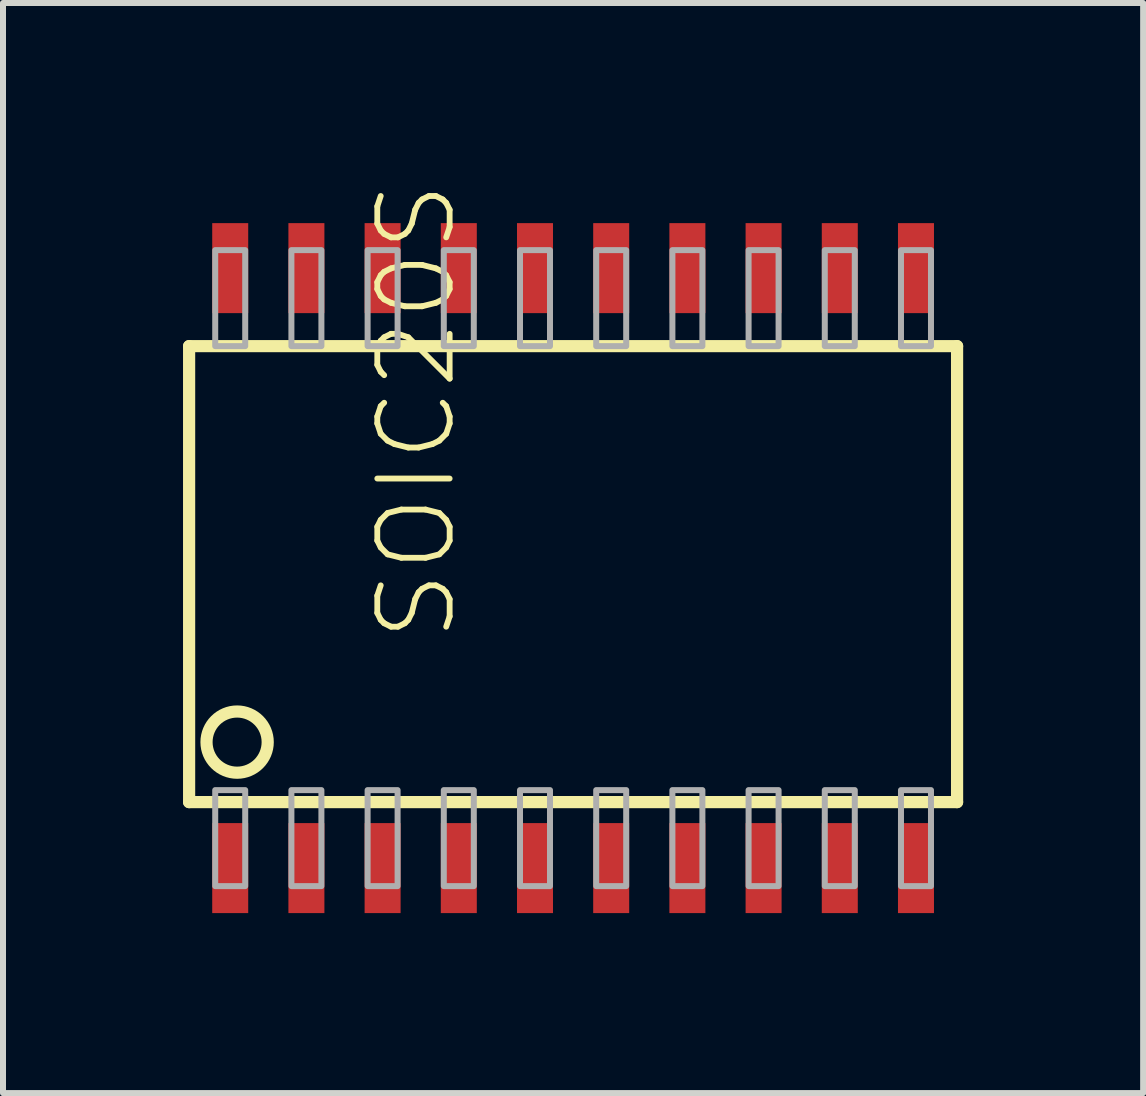
<source format=kicad_pcb>
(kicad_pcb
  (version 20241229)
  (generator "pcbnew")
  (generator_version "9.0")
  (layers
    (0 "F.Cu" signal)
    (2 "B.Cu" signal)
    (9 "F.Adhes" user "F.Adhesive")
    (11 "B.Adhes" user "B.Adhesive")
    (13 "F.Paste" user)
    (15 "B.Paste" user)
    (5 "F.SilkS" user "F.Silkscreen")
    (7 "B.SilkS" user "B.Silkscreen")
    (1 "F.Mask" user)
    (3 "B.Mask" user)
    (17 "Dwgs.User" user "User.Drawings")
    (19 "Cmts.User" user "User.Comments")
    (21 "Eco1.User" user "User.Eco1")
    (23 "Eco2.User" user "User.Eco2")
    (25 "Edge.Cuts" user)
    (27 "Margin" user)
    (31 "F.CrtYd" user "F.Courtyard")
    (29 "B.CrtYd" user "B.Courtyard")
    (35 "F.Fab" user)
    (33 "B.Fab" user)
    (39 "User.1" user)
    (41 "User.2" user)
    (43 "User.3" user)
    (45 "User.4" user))
  (footprint "SOIC20S"
    (layer "F.Cu")
    (at 6.502 6.419)
    (property "Reference" "SOIC20S" (at -1.905 1.27 90) (layer "F.SilkS") (effects (font (size 1.206 1.206) (thickness 0.097)) (justify left bottom)))
    (attr through_hole)
    (fp_line (start -6.4 -3.7) (end -6.4 3.9) (stroke (width 0.203) (type solid)) (layer "F.SilkS"))
    (fp_line (start -6.4 3.9) (end 6.4 3.9) (stroke (width 0.203) (type solid)) (layer "F.SilkS"))
    (fp_line (start 6.4 -3.7) (end -6.4 -3.7) (stroke (width 0.203) (type solid)) (layer "F.SilkS"))
    (fp_line (start 6.4 3.9) (end 6.4 -3.7) (stroke (width 0.203) (type solid)) (layer "F.SilkS"))
    (fp_circle (center -5.6 2.9) (end -5.09 2.9) (stroke (width 0.203) (type solid)) (fill no) (layer "F.SilkS"))
    (fp_poly (pts (xy -5.965 -3.7) (xy -5.465 -3.7) (xy -5.465 -5.3) (xy -5.965 -5.3)) (stroke (width 0.1) (type solid)) (fill no) (layer "F.Fab"))
    (fp_poly (pts (xy -5.965 5.3) (xy -5.465 5.3) (xy -5.465 3.7) (xy -5.965 3.7)) (stroke (width 0.1) (type solid)) (fill no) (layer "F.Fab"))
    (fp_poly (pts (xy -4.695 -3.7) (xy -4.195 -3.7) (xy -4.195 -5.3) (xy -4.695 -5.3)) (stroke (width 0.1) (type solid)) (fill no) (layer "F.Fab"))
    (fp_poly (pts (xy -4.695 5.3) (xy -4.195 5.3) (xy -4.195 3.7) (xy -4.695 3.7)) (stroke (width 0.1) (type solid)) (fill no) (layer "F.Fab"))
    (fp_poly (pts (xy -3.425 -3.7) (xy -2.925 -3.7) (xy -2.925 -5.3) (xy -3.425 -5.3)) (stroke (width 0.1) (type solid)) (fill no) (layer "F.Fab"))
    (fp_poly (pts (xy -3.425 5.3) (xy -2.925 5.3) (xy -2.925 3.7) (xy -3.425 3.7)) (stroke (width 0.1) (type solid)) (fill no) (layer "F.Fab"))
    (fp_poly (pts (xy -2.155 -3.7) (xy -1.655 -3.7) (xy -1.655 -5.3) (xy -2.155 -5.3)) (stroke (width 0.1) (type solid)) (fill no) (layer "F.Fab"))
    (fp_poly (pts (xy -2.155 5.3) (xy -1.655 5.3) (xy -1.655 3.7) (xy -2.155 3.7)) (stroke (width 0.1) (type solid)) (fill no) (layer "F.Fab"))
    (fp_poly (pts (xy -0.885 -3.7) (xy -0.385 -3.7) (xy -0.385 -5.3) (xy -0.885 -5.3)) (stroke (width 0.1) (type solid)) (fill no) (layer "F.Fab"))
    (fp_poly (pts (xy -0.885 5.3) (xy -0.385 5.3) (xy -0.385 3.7) (xy -0.885 3.7)) (stroke (width 0.1) (type solid)) (fill no) (layer "F.Fab"))
    (fp_poly (pts (xy 0.385 -3.7) (xy 0.885 -3.7) (xy 0.885 -5.3) (xy 0.385 -5.3)) (stroke (width 0.1) (type solid)) (fill no) (layer "F.Fab"))
    (fp_poly (pts (xy 0.385 5.3) (xy 0.885 5.3) (xy 0.885 3.7) (xy 0.385 3.7)) (stroke (width 0.1) (type solid)) (fill no) (layer "F.Fab"))
    (fp_poly (pts (xy 1.655 -3.7) (xy 2.155 -3.7) (xy 2.155 -5.3) (xy 1.655 -5.3)) (stroke (width 0.1) (type solid)) (fill no) (layer "F.Fab"))
    (fp_poly (pts (xy 1.655 5.3) (xy 2.155 5.3) (xy 2.155 3.7) (xy 1.655 3.7)) (stroke (width 0.1) (type solid)) (fill no) (layer "F.Fab"))
    (fp_poly (pts (xy 2.925 -3.7) (xy 3.425 -3.7) (xy 3.425 -5.3) (xy 2.925 -5.3)) (stroke (width 0.1) (type solid)) (fill no) (layer "F.Fab"))
    (fp_poly (pts (xy 2.925 5.3) (xy 3.425 5.3) (xy 3.425 3.7) (xy 2.925 3.7)) (stroke (width 0.1) (type solid)) (fill no) (layer "F.Fab"))
    (fp_poly (pts (xy 4.195 -3.7) (xy 4.695 -3.7) (xy 4.695 -5.3) (xy 4.195 -5.3)) (stroke (width 0.1) (type solid)) (fill no) (layer "F.Fab"))
    (fp_poly (pts (xy 4.195 5.3) (xy 4.695 5.3) (xy 4.695 3.7) (xy 4.195 3.7)) (stroke (width 0.1) (type solid)) (fill no) (layer "F.Fab"))
    (fp_poly (pts (xy 5.465 -3.7) (xy 5.965 -3.7) (xy 5.965 -5.3) (xy 5.465 -5.3)) (stroke (width 0.1) (type solid)) (fill no) (layer "F.Fab"))
    (fp_poly (pts (xy 5.465 5.3) (xy 5.965 5.3) (xy 5.965 3.7) (xy 5.465 3.7)) (stroke (width 0.1) (type solid)) (fill no) (layer "F.Fab"))
    (pad "1" smd rect (at -5.715 5) (size 0.6 1.5) (layers "F.Cu" "F.Mask" "F.Paste"))
    (pad "2" smd rect (at -4.445 5) (size 0.6 1.5) (layers "F.Cu" "F.Mask" "F.Paste"))
    (pad "3" smd rect (at -3.175 5) (size 0.6 1.5) (layers "F.Cu" "F.Mask" "F.Paste"))
    (pad "4" smd rect (at -1.905 5) (size 0.6 1.5) (layers "F.Cu" "F.Mask" "F.Paste"))
    (pad "5" smd rect (at -0.635 5) (size 0.6 1.5) (layers "F.Cu" "F.Mask" "F.Paste"))
    (pad "6" smd rect (at 0.635 5) (size 0.6 1.5) (layers "F.Cu" "F.Mask" "F.Paste"))
    (pad "7" smd rect (at 1.905 5) (size 0.6 1.5) (layers "F.Cu" "F.Mask" "F.Paste"))
    (pad "8" smd rect (at 3.175 5) (size 0.6 1.5) (layers "F.Cu" "F.Mask" "F.Paste"))
    (pad "9" smd rect (at 4.445 5) (size 0.6 1.5) (layers "F.Cu" "F.Mask" "F.Paste"))
    (pad "10" smd rect (at 5.715 5) (size 0.6 1.5) (layers "F.Cu" "F.Mask" "F.Paste"))
    (pad "11" smd rect (at 5.715 -5) (size 0.6 1.5) (layers "F.Cu" "F.Mask" "F.Paste"))
    (pad "12" smd rect (at 4.445 -5) (size 0.6 1.5) (layers "F.Cu" "F.Mask" "F.Paste"))
    (pad "13" smd rect (at 3.175 -5) (size 0.6 1.5) (layers "F.Cu" "F.Mask" "F.Paste"))
    (pad "14" smd rect (at 1.905 -5) (size 0.6 1.5) (layers "F.Cu" "F.Mask" "F.Paste"))
    (pad "15" smd rect (at 0.635 -5) (size 0.6 1.5) (layers "F.Cu" "F.Mask" "F.Paste"))
    (pad "16" smd rect (at -0.635 -5) (size 0.6 1.5) (layers "F.Cu" "F.Mask" "F.Paste"))
    (pad "17" smd rect (at -1.905 -5) (size 0.6 1.5) (layers "F.Cu" "F.Mask" "F.Paste"))
    (pad "18" smd rect (at -3.175 -5) (size 0.6 1.5) (layers "F.Cu" "F.Mask" "F.Paste"))
    (pad "19" smd rect (at -4.445 -5) (size 0.6 1.5) (layers "F.Cu" "F.Mask" "F.Paste"))
    (pad "20" smd rect (at -5.715 -5) (size 0.6 1.5) (layers "F.Cu" "F.Mask" "F.Paste")))
  (gr_rect
    (start -3 -3)
    (end 16.003 15.169)
    (stroke (width 0.1) (type default))
    (fill no)
    (layer "Edge.Cuts")))
</source>
